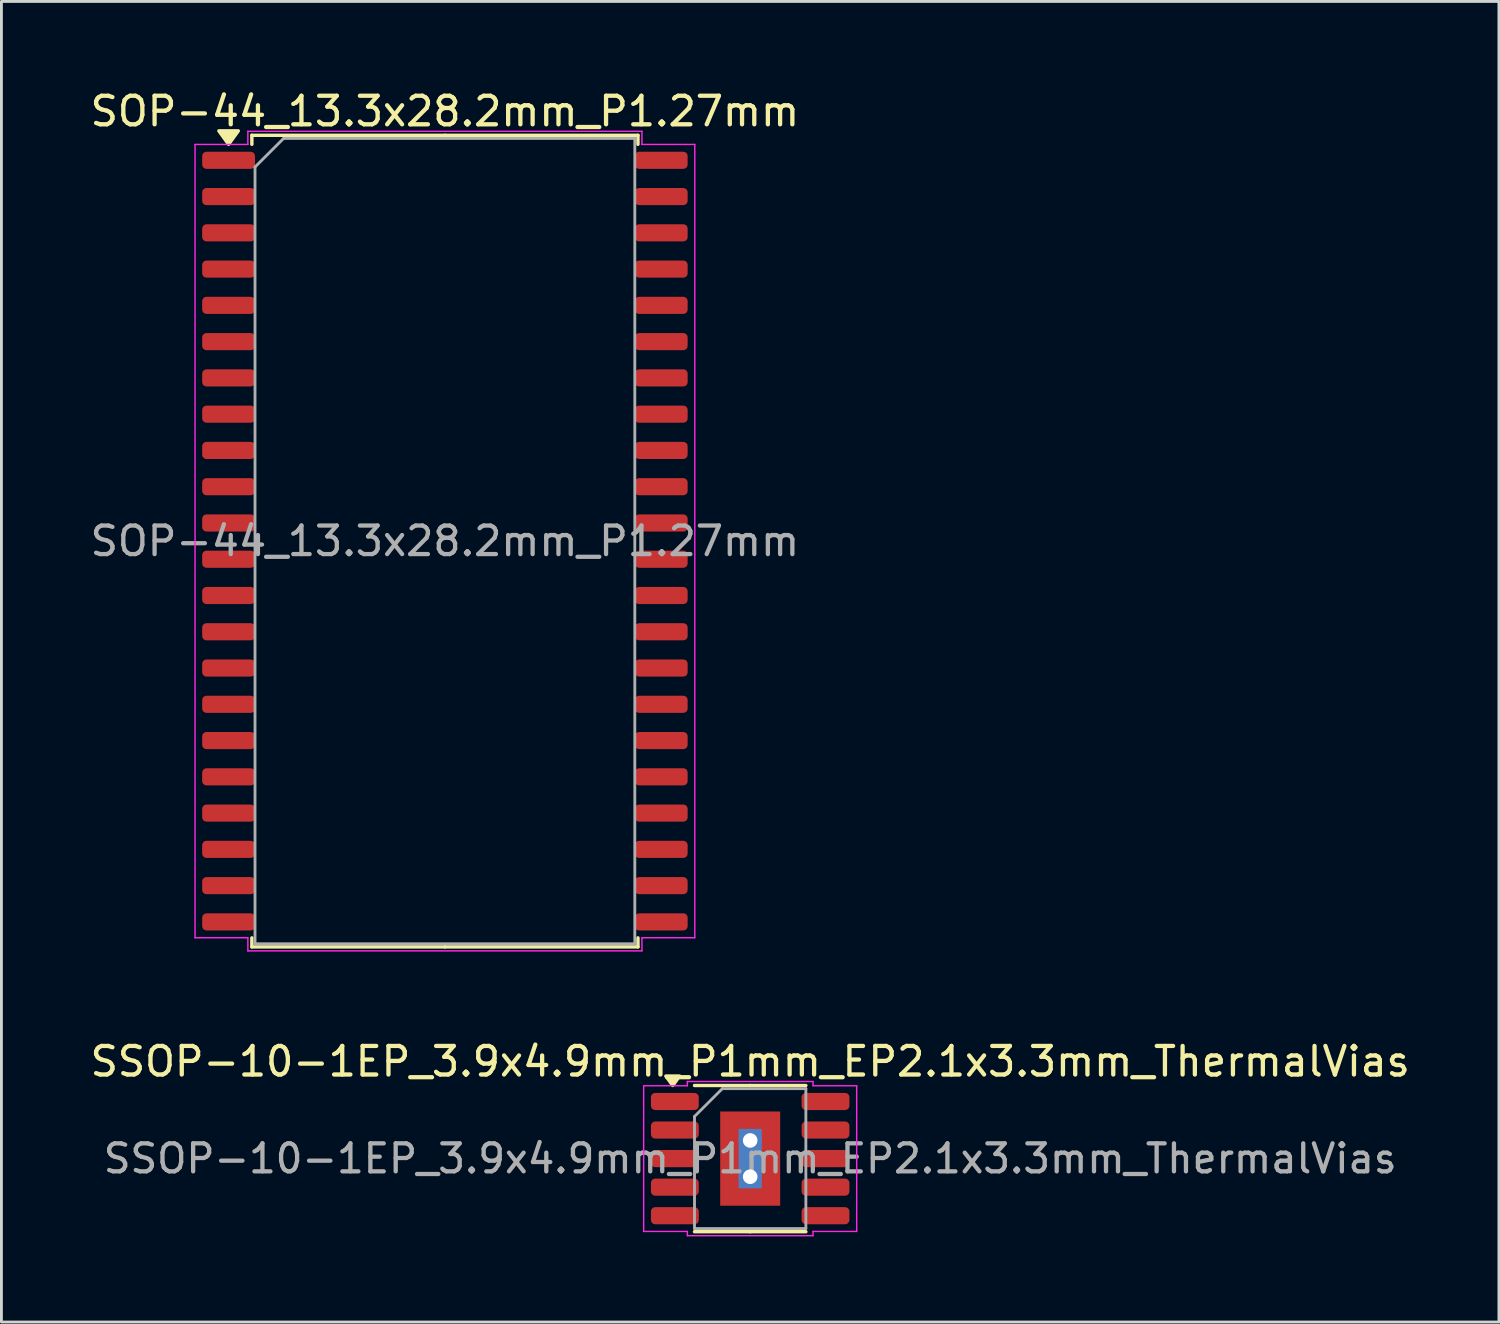
<source format=kicad_pcb>
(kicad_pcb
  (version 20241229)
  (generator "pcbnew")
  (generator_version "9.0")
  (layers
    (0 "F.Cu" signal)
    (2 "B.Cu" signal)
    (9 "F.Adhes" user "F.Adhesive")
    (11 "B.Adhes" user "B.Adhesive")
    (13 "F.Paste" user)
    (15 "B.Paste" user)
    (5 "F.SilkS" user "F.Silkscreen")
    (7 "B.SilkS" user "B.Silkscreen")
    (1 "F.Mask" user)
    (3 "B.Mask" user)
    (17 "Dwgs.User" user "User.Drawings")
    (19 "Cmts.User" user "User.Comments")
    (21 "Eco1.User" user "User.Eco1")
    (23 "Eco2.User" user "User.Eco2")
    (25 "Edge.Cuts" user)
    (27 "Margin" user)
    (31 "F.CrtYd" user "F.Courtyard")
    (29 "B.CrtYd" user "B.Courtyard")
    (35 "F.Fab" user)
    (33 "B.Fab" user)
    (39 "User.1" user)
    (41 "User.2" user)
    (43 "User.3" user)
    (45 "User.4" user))
  (footprint "SOP-44_13.3x28.2mm_P1.27mm"
    (layer "F.Cu")
    (at 12.53 15.898)
    (property "Reference" "SOP-44_13.3x28.2mm_P1.27mm" (at 0 -15.05 0) (layer "F.SilkS") (effects (font (size 1 1) (thickness 0.15))))
    (attr smd)
    (fp_line (start -6.76 -14.21) (end -6.76 -13.895) (stroke (width 0.12) (type solid)) (layer "F.SilkS"))
    (fp_line (start -6.76 14.21) (end -6.76 13.895) (stroke (width 0.12) (type solid)) (layer "F.SilkS"))
    (fp_line (start 0 -14.21) (end -6.76 -14.21) (stroke (width 0.12) (type solid)) (layer "F.SilkS"))
    (fp_line (start 0 -14.21) (end 6.76 -14.21) (stroke (width 0.12) (type solid)) (layer "F.SilkS"))
    (fp_line (start 0 14.21) (end -6.76 14.21) (stroke (width 0.12) (type solid)) (layer "F.SilkS"))
    (fp_line (start 0 14.21) (end 6.76 14.21) (stroke (width 0.12) (type solid)) (layer "F.SilkS"))
    (fp_line (start 6.76 -14.21) (end 6.76 -13.895) (stroke (width 0.12) (type solid)) (layer "F.SilkS"))
    (fp_line (start 6.76 14.21) (end 6.76 13.895) (stroke (width 0.12) (type solid)) (layer "F.SilkS"))
    (fp_poly (pts (xy -7.575 -13.895) (xy -7.915 -14.365) (xy -7.235 -14.365)) (stroke (width 0.12) (type solid)) (fill yes) (layer "F.SilkS"))
    (fp_line (start -8.75 -13.89) (end -6.9 -13.89) (stroke (width 0.05) (type solid)) (layer "F.CrtYd"))
    (fp_line (start -8.75 13.89) (end -8.75 -13.89) (stroke (width 0.05) (type solid)) (layer "F.CrtYd"))
    (fp_line (start -6.9 -14.35) (end 6.9 -14.35) (stroke (width 0.05) (type solid)) (layer "F.CrtYd"))
    (fp_line (start -6.9 -13.89) (end -6.9 -14.35) (stroke (width 0.05) (type solid)) (layer "F.CrtYd"))
    (fp_line (start -6.9 13.89) (end -8.75 13.89) (stroke (width 0.05) (type solid)) (layer "F.CrtYd"))
    (fp_line (start -6.9 14.35) (end -6.9 13.89) (stroke (width 0.05) (type solid)) (layer "F.CrtYd"))
    (fp_line (start 6.9 -14.35) (end 6.9 -13.89) (stroke (width 0.05) (type solid)) (layer "F.CrtYd"))
    (fp_line (start 6.9 -13.89) (end 8.75 -13.89) (stroke (width 0.05) (type solid)) (layer "F.CrtYd"))
    (fp_line (start 6.9 13.89) (end 6.9 14.35) (stroke (width 0.05) (type solid)) (layer "F.CrtYd"))
    (fp_line (start 6.9 14.35) (end -6.9 14.35) (stroke (width 0.05) (type solid)) (layer "F.CrtYd"))
    (fp_line (start 8.75 -13.89) (end 8.75 13.89) (stroke (width 0.05) (type solid)) (layer "F.CrtYd"))
    (fp_line (start 8.75 13.89) (end 6.9 13.89) (stroke (width 0.05) (type solid)) (layer "F.CrtYd"))
    (fp_line (start -6.65 -13.1) (end -5.65 -14.1) (stroke (width 0.1) (type solid)) (layer "F.Fab"))
    (fp_line (start -6.65 14.1) (end -6.65 -13.1) (stroke (width 0.1) (type solid)) (layer "F.Fab"))
    (fp_line (start -5.65 -14.1) (end 6.65 -14.1) (stroke (width 0.1) (type solid)) (layer "F.Fab"))
    (fp_line (start 6.65 -14.1) (end 6.65 14.1) (stroke (width 0.1) (type solid)) (layer "F.Fab"))
    (fp_line (start 6.65 14.1) (end -6.65 14.1) (stroke (width 0.1) (type solid)) (layer "F.Fab"))
    (fp_text user "${REFERENCE}" (at 0 0 0) (layer "F.Fab") (effects (font (size 1 1) (thickness 0.15))))
    (pad "1" smd roundrect (at -7.575 -13.335) (size 1.85 0.6) (layers "F.Cu" "F.Mask" "F.Paste") (roundrect_rratio 0.25))
    (pad "2" smd roundrect (at -7.575 -12.065) (size 1.85 0.6) (layers "F.Cu" "F.Mask" "F.Paste") (roundrect_rratio 0.25))
    (pad "3" smd roundrect (at -7.575 -10.795) (size 1.85 0.6) (layers "F.Cu" "F.Mask" "F.Paste") (roundrect_rratio 0.25))
    (pad "4" smd roundrect (at -7.575 -9.525) (size 1.85 0.6) (layers "F.Cu" "F.Mask" "F.Paste") (roundrect_rratio 0.25))
    (pad "5" smd roundrect (at -7.575 -8.255) (size 1.85 0.6) (layers "F.Cu" "F.Mask" "F.Paste") (roundrect_rratio 0.25))
    (pad "6" smd roundrect (at -7.575 -6.985) (size 1.85 0.6) (layers "F.Cu" "F.Mask" "F.Paste") (roundrect_rratio 0.25))
    (pad "7" smd roundrect (at -7.575 -5.715) (size 1.85 0.6) (layers "F.Cu" "F.Mask" "F.Paste") (roundrect_rratio 0.25))
    (pad "8" smd roundrect (at -7.575 -4.445) (size 1.85 0.6) (layers "F.Cu" "F.Mask" "F.Paste") (roundrect_rratio 0.25))
    (pad "9" smd roundrect (at -7.575 -3.175) (size 1.85 0.6) (layers "F.Cu" "F.Mask" "F.Paste") (roundrect_rratio 0.25))
    (pad "10" smd roundrect (at -7.575 -1.905) (size 1.85 0.6) (layers "F.Cu" "F.Mask" "F.Paste") (roundrect_rratio 0.25))
    (pad "11" smd roundrect (at -7.575 -0.635) (size 1.85 0.6) (layers "F.Cu" "F.Mask" "F.Paste") (roundrect_rratio 0.25))
    (pad "12" smd roundrect (at -7.575 0.635) (size 1.85 0.6) (layers "F.Cu" "F.Mask" "F.Paste") (roundrect_rratio 0.25))
    (pad "13" smd roundrect (at -7.575 1.905) (size 1.85 0.6) (layers "F.Cu" "F.Mask" "F.Paste") (roundrect_rratio 0.25))
    (pad "14" smd roundrect (at -7.575 3.175) (size 1.85 0.6) (layers "F.Cu" "F.Mask" "F.Paste") (roundrect_rratio 0.25))
    (pad "15" smd roundrect (at -7.575 4.445) (size 1.85 0.6) (layers "F.Cu" "F.Mask" "F.Paste") (roundrect_rratio 0.25))
    (pad "16" smd roundrect (at -7.575 5.715) (size 1.85 0.6) (layers "F.Cu" "F.Mask" "F.Paste") (roundrect_rratio 0.25))
    (pad "17" smd roundrect (at -7.575 6.985) (size 1.85 0.6) (layers "F.Cu" "F.Mask" "F.Paste") (roundrect_rratio 0.25))
    (pad "18" smd roundrect (at -7.575 8.255) (size 1.85 0.6) (layers "F.Cu" "F.Mask" "F.Paste") (roundrect_rratio 0.25))
    (pad "19" smd roundrect (at -7.575 9.525) (size 1.85 0.6) (layers "F.Cu" "F.Mask" "F.Paste") (roundrect_rratio 0.25))
    (pad "20" smd roundrect (at -7.575 10.795) (size 1.85 0.6) (layers "F.Cu" "F.Mask" "F.Paste") (roundrect_rratio 0.25))
    (pad "21" smd roundrect (at -7.575 12.065) (size 1.85 0.6) (layers "F.Cu" "F.Mask" "F.Paste") (roundrect_rratio 0.25))
    (pad "22" smd roundrect (at -7.575 13.335) (size 1.85 0.6) (layers "F.Cu" "F.Mask" "F.Paste") (roundrect_rratio 0.25))
    (pad "23" smd roundrect (at 7.575 13.335) (size 1.85 0.6) (layers "F.Cu" "F.Mask" "F.Paste") (roundrect_rratio 0.25))
    (pad "24" smd roundrect (at 7.575 12.065) (size 1.85 0.6) (layers "F.Cu" "F.Mask" "F.Paste") (roundrect_rratio 0.25))
    (pad "25" smd roundrect (at 7.575 10.795) (size 1.85 0.6) (layers "F.Cu" "F.Mask" "F.Paste") (roundrect_rratio 0.25))
    (pad "26" smd roundrect (at 7.575 9.525) (size 1.85 0.6) (layers "F.Cu" "F.Mask" "F.Paste") (roundrect_rratio 0.25))
    (pad "27" smd roundrect (at 7.575 8.255) (size 1.85 0.6) (layers "F.Cu" "F.Mask" "F.Paste") (roundrect_rratio 0.25))
    (pad "28" smd roundrect (at 7.575 6.985) (size 1.85 0.6) (layers "F.Cu" "F.Mask" "F.Paste") (roundrect_rratio 0.25))
    (pad "29" smd roundrect (at 7.575 5.715) (size 1.85 0.6) (layers "F.Cu" "F.Mask" "F.Paste") (roundrect_rratio 0.25))
    (pad "30" smd roundrect (at 7.575 4.445) (size 1.85 0.6) (layers "F.Cu" "F.Mask" "F.Paste") (roundrect_rratio 0.25))
    (pad "31" smd roundrect (at 7.575 3.175) (size 1.85 0.6) (layers "F.Cu" "F.Mask" "F.Paste") (roundrect_rratio 0.25))
    (pad "32" smd roundrect (at 7.575 1.905) (size 1.85 0.6) (layers "F.Cu" "F.Mask" "F.Paste") (roundrect_rratio 0.25))
    (pad "33" smd roundrect (at 7.575 0.635) (size 1.85 0.6) (layers "F.Cu" "F.Mask" "F.Paste") (roundrect_rratio 0.25))
    (pad "34" smd roundrect (at 7.575 -0.635) (size 1.85 0.6) (layers "F.Cu" "F.Mask" "F.Paste") (roundrect_rratio 0.25))
    (pad "35" smd roundrect (at 7.575 -1.905) (size 1.85 0.6) (layers "F.Cu" "F.Mask" "F.Paste") (roundrect_rratio 0.25))
    (pad "36" smd roundrect (at 7.575 -3.175) (size 1.85 0.6) (layers "F.Cu" "F.Mask" "F.Paste") (roundrect_rratio 0.25))
    (pad "37" smd roundrect (at 7.575 -4.445) (size 1.85 0.6) (layers "F.Cu" "F.Mask" "F.Paste") (roundrect_rratio 0.25))
    (pad "38" smd roundrect (at 7.575 -5.715) (size 1.85 0.6) (layers "F.Cu" "F.Mask" "F.Paste") (roundrect_rratio 0.25))
    (pad "39" smd roundrect (at 7.575 -6.985) (size 1.85 0.6) (layers "F.Cu" "F.Mask" "F.Paste") (roundrect_rratio 0.25))
    (pad "40" smd roundrect (at 7.575 -8.255) (size 1.85 0.6) (layers "F.Cu" "F.Mask" "F.Paste") (roundrect_rratio 0.25))
    (pad "41" smd roundrect (at 7.575 -9.525) (size 1.85 0.6) (layers "F.Cu" "F.Mask" "F.Paste") (roundrect_rratio 0.25))
    (pad "42" smd roundrect (at 7.575 -10.795) (size 1.85 0.6) (layers "F.Cu" "F.Mask" "F.Paste") (roundrect_rratio 0.25))
    (pad "43" smd roundrect (at 7.575 -12.065) (size 1.85 0.6) (layers "F.Cu" "F.Mask" "F.Paste") (roundrect_rratio 0.25))
    (pad "44" smd roundrect (at 7.575 -13.335) (size 1.85 0.6) (layers "F.Cu" "F.Mask" "F.Paste") (roundrect_rratio 0.25)))
  (footprint "SSOP-10-1EP_3.9x4.9mm_P1mm_EP2.1x3.3mm_ThermalVias"
    (layer "F.Cu")
    (at 23.22 37.522)
    (property "Reference" "SSOP-10-1EP_3.9x4.9mm_P1mm_EP2.1x3.3mm_ThermalVias" (at 0 -3.4 0) (layer "F.SilkS") (effects (font (size 1 1) (thickness 0.15))))
    (attr smd)
    (fp_line (start 0 -2.56) (end -1.95 -2.56) (stroke (width 0.12) (type solid)) (layer "F.SilkS"))
    (fp_line (start 0 -2.56) (end 1.95 -2.56) (stroke (width 0.12) (type solid)) (layer "F.SilkS"))
    (fp_line (start 0 2.56) (end -1.95 2.56) (stroke (width 0.12) (type solid)) (layer "F.SilkS"))
    (fp_line (start 0 2.56) (end 1.95 2.56) (stroke (width 0.12) (type solid)) (layer "F.SilkS"))
    (fp_poly (pts (xy -2.712 -2.56) (xy -2.953 -2.89) (xy -2.473 -2.89)) (stroke (width 0.12) (type solid)) (fill yes) (layer "F.SilkS"))
    (fp_line (start -3.73 -2.55) (end -2.2 -2.55) (stroke (width 0.05) (type solid)) (layer "F.CrtYd"))
    (fp_line (start -3.73 2.55) (end -3.73 -2.55) (stroke (width 0.05) (type solid)) (layer "F.CrtYd"))
    (fp_line (start -2.2 -2.7) (end 2.2 -2.7) (stroke (width 0.05) (type solid)) (layer "F.CrtYd"))
    (fp_line (start -2.2 -2.55) (end -2.2 -2.7) (stroke (width 0.05) (type solid)) (layer "F.CrtYd"))
    (fp_line (start -2.2 2.55) (end -3.73 2.55) (stroke (width 0.05) (type solid)) (layer "F.CrtYd"))
    (fp_line (start -2.2 2.7) (end -2.2 2.55) (stroke (width 0.05) (type solid)) (layer "F.CrtYd"))
    (fp_line (start 2.2 -2.7) (end 2.2 -2.55) (stroke (width 0.05) (type solid)) (layer "F.CrtYd"))
    (fp_line (start 2.2 -2.55) (end 3.73 -2.55) (stroke (width 0.05) (type solid)) (layer "F.CrtYd"))
    (fp_line (start 2.2 2.55) (end 2.2 2.7) (stroke (width 0.05) (type solid)) (layer "F.CrtYd"))
    (fp_line (start 2.2 2.7) (end -2.2 2.7) (stroke (width 0.05) (type solid)) (layer "F.CrtYd"))
    (fp_line (start 3.73 -2.55) (end 3.73 2.55) (stroke (width 0.05) (type solid)) (layer "F.CrtYd"))
    (fp_line (start 3.73 2.55) (end 2.2 2.55) (stroke (width 0.05) (type solid)) (layer "F.CrtYd"))
    (fp_line (start -1.95 -1.475) (end -0.975 -2.45) (stroke (width 0.1) (type solid)) (layer "F.Fab"))
    (fp_line (start -1.95 2.45) (end -1.95 -1.475) (stroke (width 0.1) (type solid)) (layer "F.Fab"))
    (fp_line (start -0.975 -2.45) (end 1.95 -2.45) (stroke (width 0.1) (type solid)) (layer "F.Fab"))
    (fp_line (start 1.95 -2.45) (end 1.95 2.45) (stroke (width 0.1) (type solid)) (layer "F.Fab"))
    (fp_line (start 1.95 2.45) (end -1.95 2.45) (stroke (width 0.1) (type solid)) (layer "F.Fab"))
    (fp_text user "${REFERENCE}" (at 0 0 0) (layer "F.Fab") (effects (font (size 0.98 0.98) (thickness 0.15))))
    (pad "" smd roundrect (at 0 0) (size 1.69 2.66) (layers "F.Paste") (roundrect_rratio 0.148))
    (pad "1" smd roundrect (at -2.638 -2) (size 1.675 0.6) (layers "F.Cu" "F.Mask" "F.Paste") (roundrect_rratio 0.25))
    (pad "2" smd roundrect (at -2.638 -1) (size 1.675 0.6) (layers "F.Cu" "F.Mask" "F.Paste") (roundrect_rratio 0.25))
    (pad "3" smd roundrect (at -2.638 0) (size 1.675 0.6) (layers "F.Cu" "F.Mask" "F.Paste") (roundrect_rratio 0.25))
    (pad "4" smd roundrect (at -2.638 1) (size 1.675 0.6) (layers "F.Cu" "F.Mask" "F.Paste") (roundrect_rratio 0.25))
    (pad "5" smd roundrect (at -2.638 2) (size 1.675 0.6) (layers "F.Cu" "F.Mask" "F.Paste") (roundrect_rratio 0.25))
    (pad "6" smd roundrect (at 2.638 2) (size 1.675 0.6) (layers "F.Cu" "F.Mask" "F.Paste") (roundrect_rratio 0.25))
    (pad "7" smd roundrect (at 2.638 1) (size 1.675 0.6) (layers "F.Cu" "F.Mask" "F.Paste") (roundrect_rratio 0.25))
    (pad "8" smd roundrect (at 2.638 0) (size 1.675 0.6) (layers "F.Cu" "F.Mask" "F.Paste") (roundrect_rratio 0.25))
    (pad "9" smd roundrect (at 2.638 -1) (size 1.675 0.6) (layers "F.Cu" "F.Mask" "F.Paste") (roundrect_rratio 0.25))
    (pad "10" smd roundrect (at 2.638 -2) (size 1.675 0.6) (layers "F.Cu" "F.Mask" "F.Paste") (roundrect_rratio 0.25))
    (pad "11" thru_hole circle (at 0 -0.635) (size 0.81 0.81) (drill 0.51) (property pad_prop_heatsink) (layers "*.Cu"))
    (pad "11" smd rect (at 0 0) (size 0.81 2.08) (property pad_prop_heatsink) (layers "B.Cu"))
    (pad "11" smd rect (at 0 0) (size 2.1 3.3) (property pad_prop_heatsink) (layers "F.Cu" "F.Mask"))
    (pad "11" thru_hole circle (at 0 0.635) (size 0.81 0.81) (drill 0.51) (property pad_prop_heatsink) (layers "*.Cu")))
  (gr_rect
    (start -3 -3)
    (end 49.44 43.246)
    (stroke (width 0.1) (type default))
    (fill no)
    (layer "Edge.Cuts")))
</source>
